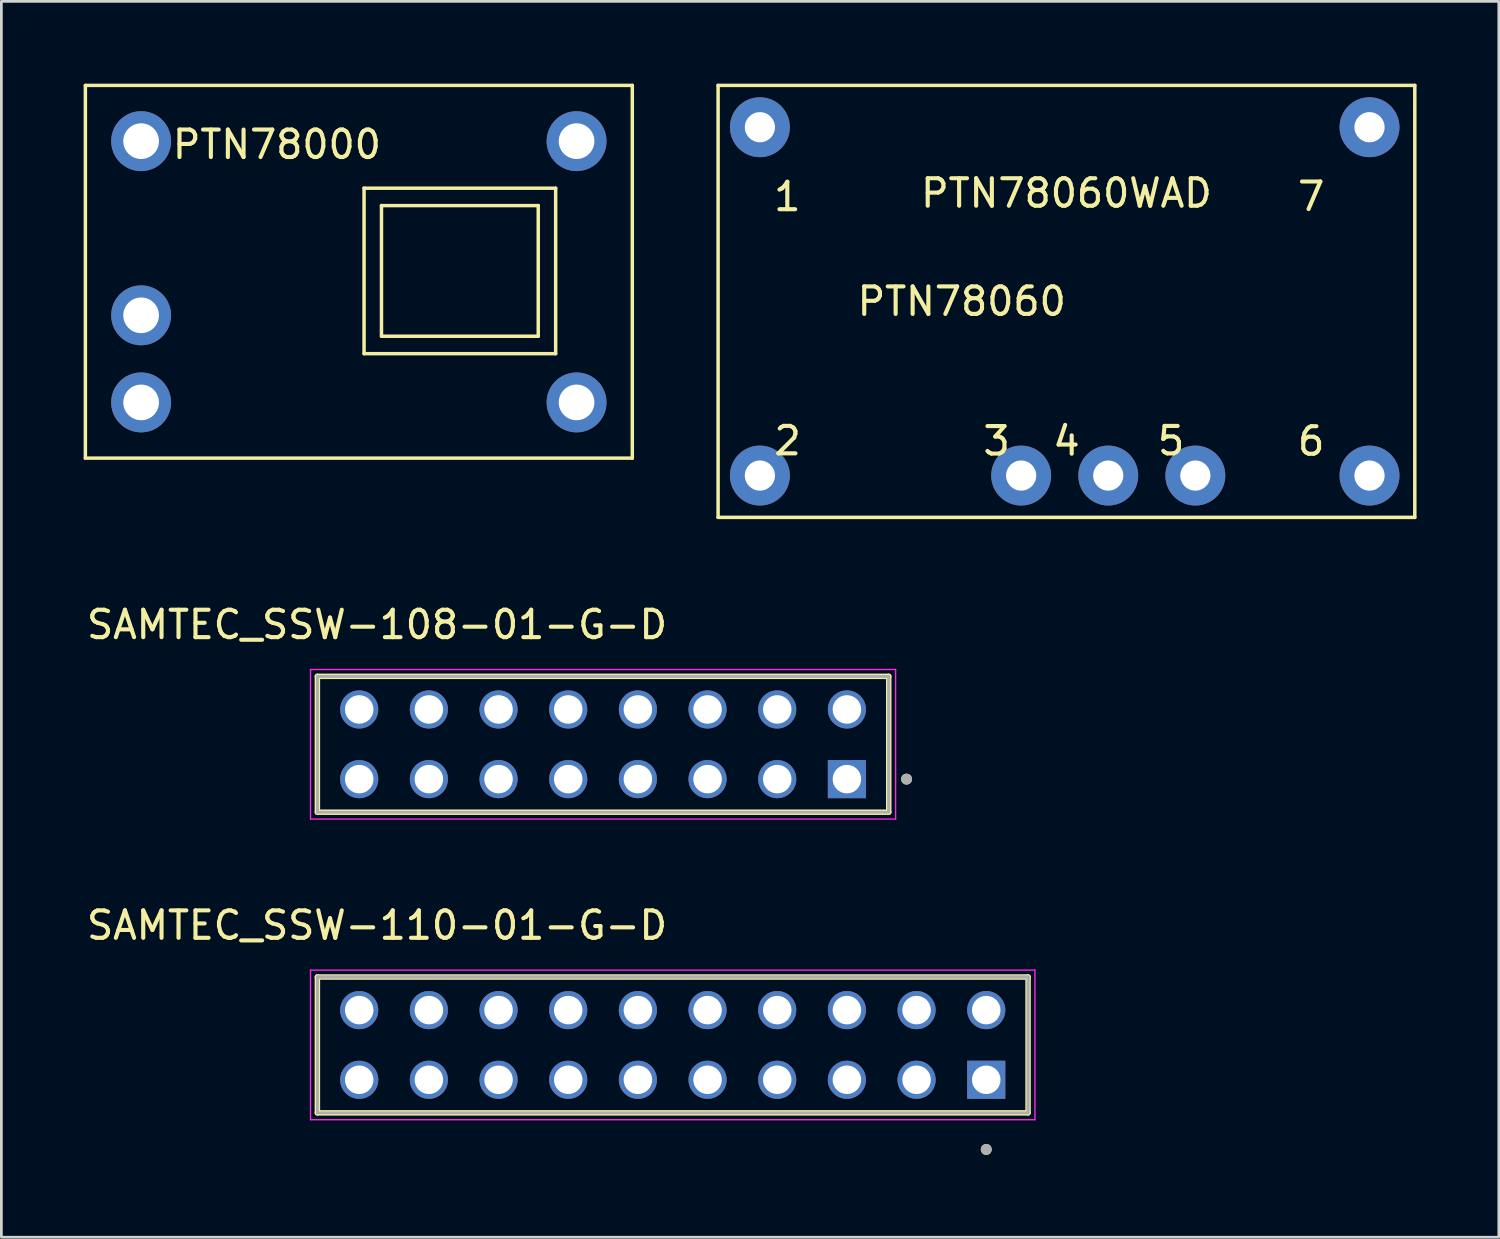
<source format=kicad_pcb>
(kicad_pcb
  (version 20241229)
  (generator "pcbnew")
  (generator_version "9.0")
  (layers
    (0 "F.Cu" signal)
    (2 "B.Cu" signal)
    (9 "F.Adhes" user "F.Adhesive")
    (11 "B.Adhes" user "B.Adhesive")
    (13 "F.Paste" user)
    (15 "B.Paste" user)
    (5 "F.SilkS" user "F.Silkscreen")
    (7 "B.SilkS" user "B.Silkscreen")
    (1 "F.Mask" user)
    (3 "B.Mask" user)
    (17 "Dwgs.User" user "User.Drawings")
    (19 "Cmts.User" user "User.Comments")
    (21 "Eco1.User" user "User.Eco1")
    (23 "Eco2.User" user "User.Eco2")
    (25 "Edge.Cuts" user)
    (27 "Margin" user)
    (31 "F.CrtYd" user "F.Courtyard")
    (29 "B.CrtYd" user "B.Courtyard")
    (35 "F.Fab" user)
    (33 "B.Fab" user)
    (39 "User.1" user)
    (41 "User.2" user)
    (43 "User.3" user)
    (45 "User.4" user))
  (footprint "PTN78060WAD"
    (layer "F.Cu")
    (at 35.83 7.938)
    (property "Reference" "PTN78060WAD" (at 0.000005 -3.944 0) (layer "F.SilkS") (effects (font (size 1.002 1.002) (thickness 0.15))))
    (attr through_hole)
    (fp_line (start -12.7 -7.874) (end -12.7 7.874) (stroke (width 0.127) (type solid)) (layer "F.SilkS"))
    (fp_line (start -12.7 7.874) (end 12.7 7.874) (stroke (width 0.127) (type solid)) (layer "F.SilkS"))
    (fp_line (start 12.7 -7.874) (end -12.7 -7.874) (stroke (width 0.127) (type solid)) (layer "F.SilkS"))
    (fp_line (start 12.7 7.874) (end 12.7 -7.874) (stroke (width 0.127) (type solid)) (layer "F.SilkS"))
    (fp_text user "6" (at 8.922 5.098 0) (layer "F.SilkS") (effects (font (size 1.004 1.004) (thickness 0.15))))
    (fp_text user "7" (at 8.922 -3.824 0) (layer "F.SilkS") (effects (font (size 1.004 1.004) (thickness 0.15))))
    (fp_text user "3" (at -2.546 5.092 0) (layer "F.SilkS") (effects (font (size 1.002 1.002) (thickness 0.15))))
    (fp_text user "5" (at 3.815 5.086 0) (layer "F.SilkS") (effects (font (size 1.001 1.001) (thickness 0.15))))
    (fp_text user "2" (at -10.167 5.084 0) (layer "F.SilkS") (effects (font (size 1.001 1.001) (thickness 0.15))))
    (fp_text user "4" (at 0 5.097 0) (layer "F.SilkS") (effects (font (size 1.003 1.003) (thickness 0.15))))
    (fp_text user "1" (at -10.177 -3.816 0) (layer "F.SilkS") (effects (font (size 1.002 1.002) (thickness 0.15))))
    (fp_text user "PTN78060" (at -3.818 0 0) (layer "F.SilkS") (effects (font (size 1.002 1.002) (thickness 0.15))))
    (pad "1" thru_hole circle (at -11.176 -6.35) (size 2.184 2.184) (drill 1.1) (layers "*.Cu" "*.Mask"))
    (pad "2" thru_hole circle (at -11.176 6.35) (size 2.184 2.184) (drill 1.1) (layers "*.Cu" "*.Mask"))
    (pad "3" thru_hole circle (at -1.651 6.35) (size 2.184 2.184) (drill 1.1) (layers "*.Cu" "*.Mask"))
    (pad "4" thru_hole circle (at 1.524 6.35) (size 2.184 2.184) (drill 1.1) (layers "*.Cu" "*.Mask"))
    (pad "5" thru_hole circle (at 4.699 6.35) (size 2.184 2.184) (drill 1.1) (layers "*.Cu" "*.Mask"))
    (pad "6" thru_hole circle (at 11.049 6.35) (size 2.184 2.184) (drill 1.1) (layers "*.Cu" "*.Mask"))
    (pad "7" thru_hole circle (at 11.049 -6.35) (size 2.184 2.184) (drill 1.1) (layers "*.Cu" "*.Mask")))
  (footprint "PTN78000"
    (layer "F.Cu")
    (at 10.223 6.668)
    (property "Reference" "PTN78000" (at -3.178 -4.449 0) (layer "F.SilkS") (effects (font (size 1.001 1.001) (thickness 0.15))))
    (attr through_hole)
    (fp_line (start -10.16 -6.604) (end -10.16 6.985) (stroke (width 0.127) (type solid)) (layer "F.SilkS"))
    (fp_line (start -10.16 6.985) (end 9.779 6.985) (stroke (width 0.127) (type solid)) (layer "F.SilkS"))
    (fp_line (start 0 -2.857) (end 6.985 -2.857) (stroke (width 0.127) (type solid)) (layer "F.SilkS"))
    (fp_line (start 0 3.175) (end 0 -2.857) (stroke (width 0.127) (type solid)) (layer "F.SilkS"))
    (fp_line (start 0.635 -2.223) (end 6.35 -2.223) (stroke (width 0.127) (type solid)) (layer "F.SilkS"))
    (fp_line (start 0.635 2.54) (end 0.635 -2.223) (stroke (width 0.127) (type solid)) (layer "F.SilkS"))
    (fp_line (start 6.35 -2.223) (end 6.35 2.54) (stroke (width 0.127) (type solid)) (layer "F.SilkS"))
    (fp_line (start 6.35 2.54) (end 0.635 2.54) (stroke (width 0.127) (type solid)) (layer "F.SilkS"))
    (fp_line (start 6.985 -2.857) (end 6.985 3.175) (stroke (width 0.127) (type solid)) (layer "F.SilkS"))
    (fp_line (start 6.985 3.175) (end 0 3.175) (stroke (width 0.127) (type solid)) (layer "F.SilkS"))
    (fp_line (start 9.779 -6.604) (end -10.16 -6.604) (stroke (width 0.127) (type solid)) (layer "F.SilkS"))
    (fp_line (start 9.779 6.985) (end 9.779 -6.604) (stroke (width 0.127) (type solid)) (layer "F.SilkS"))
    (pad "P1" thru_hole circle (at -8.128 -4.572) (size 2.184 2.184) (drill 1.3) (layers "*.Cu" "*.Mask"))
    (pad "P2" thru_hole circle (at -8.128 1.778) (size 2.184 2.184) (drill 1.3) (layers "*.Cu" "*.Mask"))
    (pad "P3" thru_hole circle (at -8.128 4.953) (size 2.184 2.184) (drill 1.3) (layers "*.Cu" "*.Mask"))
    (pad "P4" thru_hole circle (at 7.747 4.953) (size 2.184 2.184) (drill 1.3) (layers "*.Cu" "*.Mask"))
    (pad "P5" thru_hole circle (at 7.747 -4.572) (size 2.184 2.184) (drill 1.3) (layers "*.Cu" "*.Mask")))
  (footprint "SAMTEC_SSW-110-01-G-D"
    (layer "F.Cu")
    (at 32.906 36.316)
    (property "Reference" "SAMTEC_SSW-110-01-G-D" (at -22.21 -5.631 0) (layer "F.SilkS") (effects (font (size 1 1) (thickness 0.15))))
    (attr through_hole)
    (fp_line (start -24.385 1.206) (end -24.385 -3.747) (stroke (width 0.2) (type solid)) (layer "F.SilkS"))
    (fp_line (start 1.525 -3.747) (end -24.385 -3.747) (stroke (width 0.2) (type solid)) (layer "F.SilkS"))
    (fp_line (start 1.525 -3.747) (end 1.525 1.206) (stroke (width 0.2) (type solid)) (layer "F.SilkS"))
    (fp_line (start 1.525 1.206) (end -24.385 1.206) (stroke (width 0.2) (type solid)) (layer "F.SilkS"))
    (fp_circle (center 0 2.54) (end 0.1 2.54) (stroke (width 0.2) (type solid)) (fill no) (layer "F.SilkS"))
    (fp_line (start -24.635 -3.997) (end 1.775 -3.997) (stroke (width 0.05) (type solid)) (layer "F.CrtYd"))
    (fp_line (start -24.635 1.456) (end -24.635 -3.997) (stroke (width 0.05) (type solid)) (layer "F.CrtYd"))
    (fp_line (start 1.775 -3.997) (end 1.775 1.456) (stroke (width 0.05) (type solid)) (layer "F.CrtYd"))
    (fp_line (start 1.775 1.456) (end -24.635 1.456) (stroke (width 0.05) (type solid)) (layer "F.CrtYd"))
    (fp_line (start -24.385 -3.747) (end 1.525 -3.747) (stroke (width 0.1) (type solid)) (layer "F.Fab"))
    (fp_line (start -24.385 -3.747) (end 1.525 -3.747) (stroke (width 0.1) (type solid)) (layer "F.Fab"))
    (fp_line (start -24.385 1.206) (end -24.385 -3.747) (stroke (width 0.1) (type solid)) (layer "F.Fab"))
    (fp_line (start -24.385 1.206) (end -24.385 -3.747) (stroke (width 0.1) (type solid)) (layer "F.Fab"))
    (fp_line (start 1.525 -3.747) (end 1.525 1.206) (stroke (width 0.1) (type solid)) (layer "F.Fab"))
    (fp_line (start 1.525 -3.747) (end 1.525 1.206) (stroke (width 0.1) (type solid)) (layer "F.Fab"))
    (fp_line (start 1.525 1.206) (end -24.385 1.206) (stroke (width 0.1) (type solid)) (layer "F.Fab"))
    (fp_circle (center 0 2.54) (end 0.1 2.54) (stroke (width 0.2) (type solid)) (fill no) (layer "F.Fab"))
    (pad "01" thru_hole rect (at 0 0) (size 1.39 1.39) (drill 1.04) (layers "*.Cu" "*.Mask"))
    (pad "02" thru_hole circle (at 0 -2.54) (size 1.39 1.39) (drill 1.04) (layers "*.Cu" "*.Mask"))
    (pad "03" thru_hole circle (at -2.54 0) (size 1.39 1.39) (drill 1.04) (layers "*.Cu" "*.Mask"))
    (pad "04" thru_hole circle (at -2.54 -2.54) (size 1.39 1.39) (drill 1.04) (layers "*.Cu" "*.Mask"))
    (pad "05" thru_hole circle (at -5.08 0) (size 1.39 1.39) (drill 1.04) (layers "*.Cu" "*.Mask"))
    (pad "06" thru_hole circle (at -5.08 -2.54) (size 1.39 1.39) (drill 1.04) (layers "*.Cu" "*.Mask"))
    (pad "07" thru_hole circle (at -7.62 0) (size 1.39 1.39) (drill 1.04) (layers "*.Cu" "*.Mask"))
    (pad "08" thru_hole circle (at -7.62 -2.54) (size 1.39 1.39) (drill 1.04) (layers "*.Cu" "*.Mask"))
    (pad "09" thru_hole circle (at -10.16 0) (size 1.39 1.39) (drill 1.04) (layers "*.Cu" "*.Mask"))
    (pad "10" thru_hole circle (at -10.16 -2.54) (size 1.39 1.39) (drill 1.04) (layers "*.Cu" "*.Mask"))
    (pad "11" thru_hole circle (at -12.7 0) (size 1.39 1.39) (drill 1.04) (layers "*.Cu" "*.Mask"))
    (pad "12" thru_hole circle (at -12.7 -2.54) (size 1.39 1.39) (drill 1.04) (layers "*.Cu" "*.Mask"))
    (pad "13" thru_hole circle (at -15.24 0) (size 1.39 1.39) (drill 1.04) (layers "*.Cu" "*.Mask"))
    (pad "14" thru_hole circle (at -15.24 -2.54) (size 1.39 1.39) (drill 1.04) (layers "*.Cu" "*.Mask"))
    (pad "15" thru_hole circle (at -17.78 0) (size 1.39 1.39) (drill 1.04) (layers "*.Cu" "*.Mask"))
    (pad "16" thru_hole circle (at -17.78 -2.54) (size 1.39 1.39) (drill 1.04) (layers "*.Cu" "*.Mask"))
    (pad "17" thru_hole circle (at -20.32 0) (size 1.39 1.39) (drill 1.04) (layers "*.Cu" "*.Mask"))
    (pad "18" thru_hole circle (at -20.32 -2.54) (size 1.39 1.39) (drill 1.04) (layers "*.Cu" "*.Mask"))
    (pad "19" thru_hole circle (at -22.86 0) (size 1.39 1.39) (drill 1.04) (layers "*.Cu" "*.Mask"))
    (pad "20" thru_hole circle (at -22.86 -2.54) (size 1.39 1.39) (drill 1.04) (layers "*.Cu" "*.Mask")))
  (footprint "SAMTEC_SSW-108-01-G-D"
    (layer "F.Cu")
    (at 27.826 25.355)
    (property "Reference" "SAMTEC_SSW-108-01-G-D" (at -17.13 -5.631 0) (layer "F.SilkS") (effects (font (size 1 1) (thickness 0.15))))
    (attr through_hole)
    (fp_line (start -19.305 1.206) (end -19.305 -3.747) (stroke (width 0.2) (type solid)) (layer "F.SilkS"))
    (fp_line (start 1.525 -3.747) (end -19.305 -3.747) (stroke (width 0.2) (type solid)) (layer "F.SilkS"))
    (fp_line (start 1.525 -3.747) (end 1.525 1.206) (stroke (width 0.2) (type solid)) (layer "F.SilkS"))
    (fp_line (start 1.525 1.206) (end -19.305 1.206) (stroke (width 0.2) (type solid)) (layer "F.SilkS"))
    (fp_circle (center 2.175 0) (end 2.275 0) (stroke (width 0.2) (type solid)) (fill no) (layer "F.SilkS"))
    (fp_line (start -19.555 -3.997) (end 1.775 -3.997) (stroke (width 0.05) (type solid)) (layer "F.CrtYd"))
    (fp_line (start -19.555 1.456) (end -19.555 -3.997) (stroke (width 0.05) (type solid)) (layer "F.CrtYd"))
    (fp_line (start 1.775 -3.997) (end 1.775 1.456) (stroke (width 0.05) (type solid)) (layer "F.CrtYd"))
    (fp_line (start 1.775 1.456) (end -19.555 1.456) (stroke (width 0.05) (type solid)) (layer "F.CrtYd"))
    (fp_line (start -19.305 -3.747) (end 1.525 -3.747) (stroke (width 0.1) (type solid)) (layer "F.Fab"))
    (fp_line (start -19.305 -3.747) (end 1.525 -3.747) (stroke (width 0.1) (type solid)) (layer "F.Fab"))
    (fp_line (start -19.305 1.206) (end -19.305 -3.747) (stroke (width 0.1) (type solid)) (layer "F.Fab"))
    (fp_line (start -19.305 1.206) (end -19.305 -3.747) (stroke (width 0.1) (type solid)) (layer "F.Fab"))
    (fp_line (start 1.525 -3.747) (end 1.525 1.206) (stroke (width 0.1) (type solid)) (layer "F.Fab"))
    (fp_line (start 1.525 -3.747) (end 1.525 1.206) (stroke (width 0.1) (type solid)) (layer "F.Fab"))
    (fp_line (start 1.525 1.206) (end -19.305 1.206) (stroke (width 0.1) (type solid)) (layer "F.Fab"))
    (fp_circle (center 2.175 0) (end 2.275 0) (stroke (width 0.2) (type solid)) (fill no) (layer "F.Fab"))
    (pad "01" thru_hole rect (at 0 0) (size 1.39 1.39) (drill 1.04) (layers "*.Cu" "*.Mask"))
    (pad "02" thru_hole circle (at 0 -2.54) (size 1.39 1.39) (drill 1.04) (layers "*.Cu" "*.Mask"))
    (pad "03" thru_hole circle (at -2.54 0) (size 1.39 1.39) (drill 1.04) (layers "*.Cu" "*.Mask"))
    (pad "04" thru_hole circle (at -2.54 -2.54) (size 1.39 1.39) (drill 1.04) (layers "*.Cu" "*.Mask"))
    (pad "05" thru_hole circle (at -5.08 0) (size 1.39 1.39) (drill 1.04) (layers "*.Cu" "*.Mask"))
    (pad "06" thru_hole circle (at -5.08 -2.54) (size 1.39 1.39) (drill 1.04) (layers "*.Cu" "*.Mask"))
    (pad "07" thru_hole circle (at -7.62 0) (size 1.39 1.39) (drill 1.04) (layers "*.Cu" "*.Mask"))
    (pad "08" thru_hole circle (at -7.62 -2.54) (size 1.39 1.39) (drill 1.04) (layers "*.Cu" "*.Mask"))
    (pad "09" thru_hole circle (at -10.16 0) (size 1.39 1.39) (drill 1.04) (layers "*.Cu" "*.Mask"))
    (pad "10" thru_hole circle (at -10.16 -2.54) (size 1.39 1.39) (drill 1.04) (layers "*.Cu" "*.Mask"))
    (pad "11" thru_hole circle (at -12.7 0) (size 1.39 1.39) (drill 1.04) (layers "*.Cu" "*.Mask"))
    (pad "12" thru_hole circle (at -12.7 -2.54) (size 1.39 1.39) (drill 1.04) (layers "*.Cu" "*.Mask"))
    (pad "13" thru_hole circle (at -15.24 0) (size 1.39 1.39) (drill 1.04) (layers "*.Cu" "*.Mask"))
    (pad "14" thru_hole circle (at -15.24 -2.54) (size 1.39 1.39) (drill 1.04) (layers "*.Cu" "*.Mask"))
    (pad "15" thru_hole circle (at -17.78 0) (size 1.39 1.39) (drill 1.04) (layers "*.Cu" "*.Mask"))
    (pad "16" thru_hole circle (at -17.78 -2.54) (size 1.39 1.39) (drill 1.04) (layers "*.Cu" "*.Mask")))
  (gr_rect
    (start -3 -3)
    (end 51.593 42.056)
    (stroke (width 0.1) (type default))
    (fill no)
    (layer "Edge.Cuts")))
</source>
